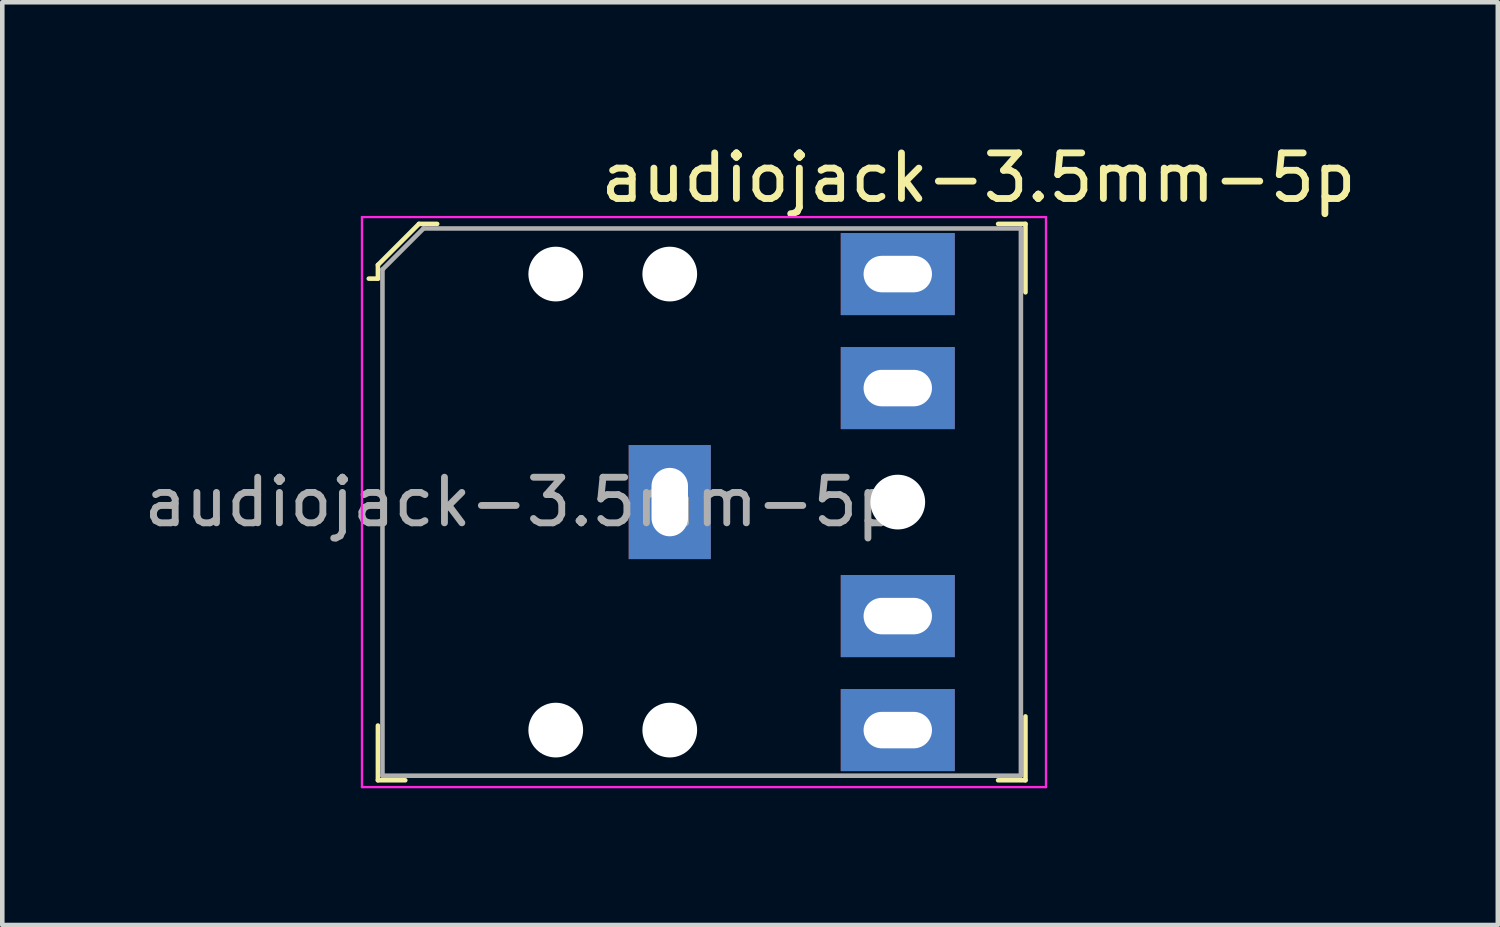
<source format=kicad_pcb>
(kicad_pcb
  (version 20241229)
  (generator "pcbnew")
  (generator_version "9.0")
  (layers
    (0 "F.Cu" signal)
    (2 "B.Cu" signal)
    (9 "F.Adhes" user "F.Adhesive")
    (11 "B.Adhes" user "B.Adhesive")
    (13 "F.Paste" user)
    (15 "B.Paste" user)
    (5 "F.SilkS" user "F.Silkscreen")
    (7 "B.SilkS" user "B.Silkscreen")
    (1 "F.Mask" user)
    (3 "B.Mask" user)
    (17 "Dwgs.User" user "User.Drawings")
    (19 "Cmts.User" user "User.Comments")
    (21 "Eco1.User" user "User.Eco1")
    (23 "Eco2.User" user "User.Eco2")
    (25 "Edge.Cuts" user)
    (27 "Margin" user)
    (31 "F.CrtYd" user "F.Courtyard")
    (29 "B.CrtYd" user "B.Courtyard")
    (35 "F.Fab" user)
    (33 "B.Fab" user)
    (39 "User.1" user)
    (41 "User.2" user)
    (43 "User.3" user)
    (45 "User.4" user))
  (footprint "audiojack-3.5mm-5p"
    (layer "F.Cu")
    (at 16.637 7.96)
    (property "Reference" "audiojack-3.5mm-5p" (at 1.771 -7.112 0) (layer "F.SilkS") (effects (font (size 1 1) (thickness 0.15))))
    (attr through_hole)
    (fp_line (start -11.4 -5.2) (end -11.4 -4.9) (stroke (width 0.1) (type solid)) (layer "F.SilkS"))
    (fp_line (start -11.4 -4.9) (end -11.6 -4.9) (stroke (width 0.1) (type solid)) (layer "F.SilkS"))
    (fp_line (start -11.4 6.1) (end -11.4 4.9) (stroke (width 0.1) (type solid)) (layer "F.SilkS"))
    (fp_line (start -10.8 6.1) (end -11.4 6.1) (stroke (width 0.1) (type solid)) (layer "F.SilkS"))
    (fp_line (start -10.5 -6.1) (end -11.4 -5.2) (stroke (width 0.1) (type solid)) (layer "F.SilkS"))
    (fp_line (start -10.1 -6.1) (end -10.5 -6.1) (stroke (width 0.1) (type solid)) (layer "F.SilkS"))
    (fp_line (start 2.2 -6.1) (end 2.8 -6.1) (stroke (width 0.1) (type solid)) (layer "F.SilkS"))
    (fp_line (start 2.2 6.1) (end 2.8 6.1) (stroke (width 0.1) (type solid)) (layer "F.SilkS"))
    (fp_line (start 2.8 -6.1) (end 2.8 -4.6) (stroke (width 0.1) (type solid)) (layer "F.SilkS"))
    (fp_line (start 2.8 6.1) (end 2.8 4.7) (stroke (width 0.1) (type solid)) (layer "F.SilkS"))
    (fp_line (start -11.75 -6.25) (end -11.75 6.25) (stroke (width 0.05) (type solid)) (layer "F.CrtYd"))
    (fp_line (start -11.75 -6.25) (end 3.25 -6.25) (stroke (width 0.05) (type solid)) (layer "F.CrtYd"))
    (fp_line (start -11.75 6.25) (end 3.25 6.25) (stroke (width 0.05) (type solid)) (layer "F.CrtYd"))
    (fp_line (start 3.25 -6.25) (end 3.25 6.25) (stroke (width 0.05) (type solid)) (layer "F.CrtYd"))
    (fp_line (start -11.3 -5.1) (end -11.3 6) (stroke (width 0.1) (type solid)) (layer "F.Fab"))
    (fp_line (start -11.3 -5.1) (end -10.4 -6) (stroke (width 0.1) (type solid)) (layer "F.Fab"))
    (fp_line (start -11.3 6) (end 2.7 6) (stroke (width 0.1) (type solid)) (layer "F.Fab"))
    (fp_line (start -10.4 -6) (end 2.7 -6) (stroke (width 0.1) (type solid)) (layer "F.Fab"))
    (fp_line (start 2.7 -6) (end 2.7 6) (stroke (width 0.1) (type solid)) (layer "F.Fab"))
    (fp_text user "${REFERENCE}" (at -8.25 0 0) (layer "F.Fab") (effects (font (size 1 1) (thickness 0.15))))
    (pad "" np_thru_hole circle (at -7.5 -5) (size 1.2 1.2) (drill 1.2) (layers "*.Cu" "*.Mask"))
    (pad "" np_thru_hole circle (at -7.5 5) (size 1.2 1.2) (drill 1.2) (layers "*.Cu" "*.Mask"))
    (pad "" np_thru_hole circle (at -5 -5) (size 1.2 1.2) (drill 1.2) (layers "*.Cu" "*.Mask"))
    (pad "" np_thru_hole circle (at -5 5) (size 1.2 1.2) (drill 1.2) (layers "*.Cu" "*.Mask"))
    (pad "" np_thru_hole circle (at 0 0) (size 1.2 1.2) (drill 1.2) (layers "*.Cu" "*.Mask"))
    (pad "3" thru_hole rect (at 0 2.5) (size 2.5 1.8) (drill oval 1.5 0.8) (layers "*.Cu" "*.Mask"))
    (pad "4" thru_hole rect (at 0 -2.5) (size 2.5 1.8) (drill oval 1.5 0.8) (layers "*.Cu" "*.Mask"))
    (pad "R" thru_hole rect (at 0 -5) (size 2.5 1.8) (drill oval 1.5 0.8) (layers "*.Cu" "*.Mask"))
    (pad "S" thru_hole rect (at -5 0) (size 1.8 2.5) (drill oval 0.8 1.5) (layers "*.Cu" "*.Mask"))
    (pad "T" thru_hole rect (at 0 5) (size 2.5 1.8) (drill oval 1.5 0.8) (layers "*.Cu" "*.Mask")))
  (gr_rect
    (start -3 -3)
    (end 29.795 17.235)
    (stroke (width 0.1) (type default))
    (fill no)
    (layer "Edge.Cuts")))
</source>
